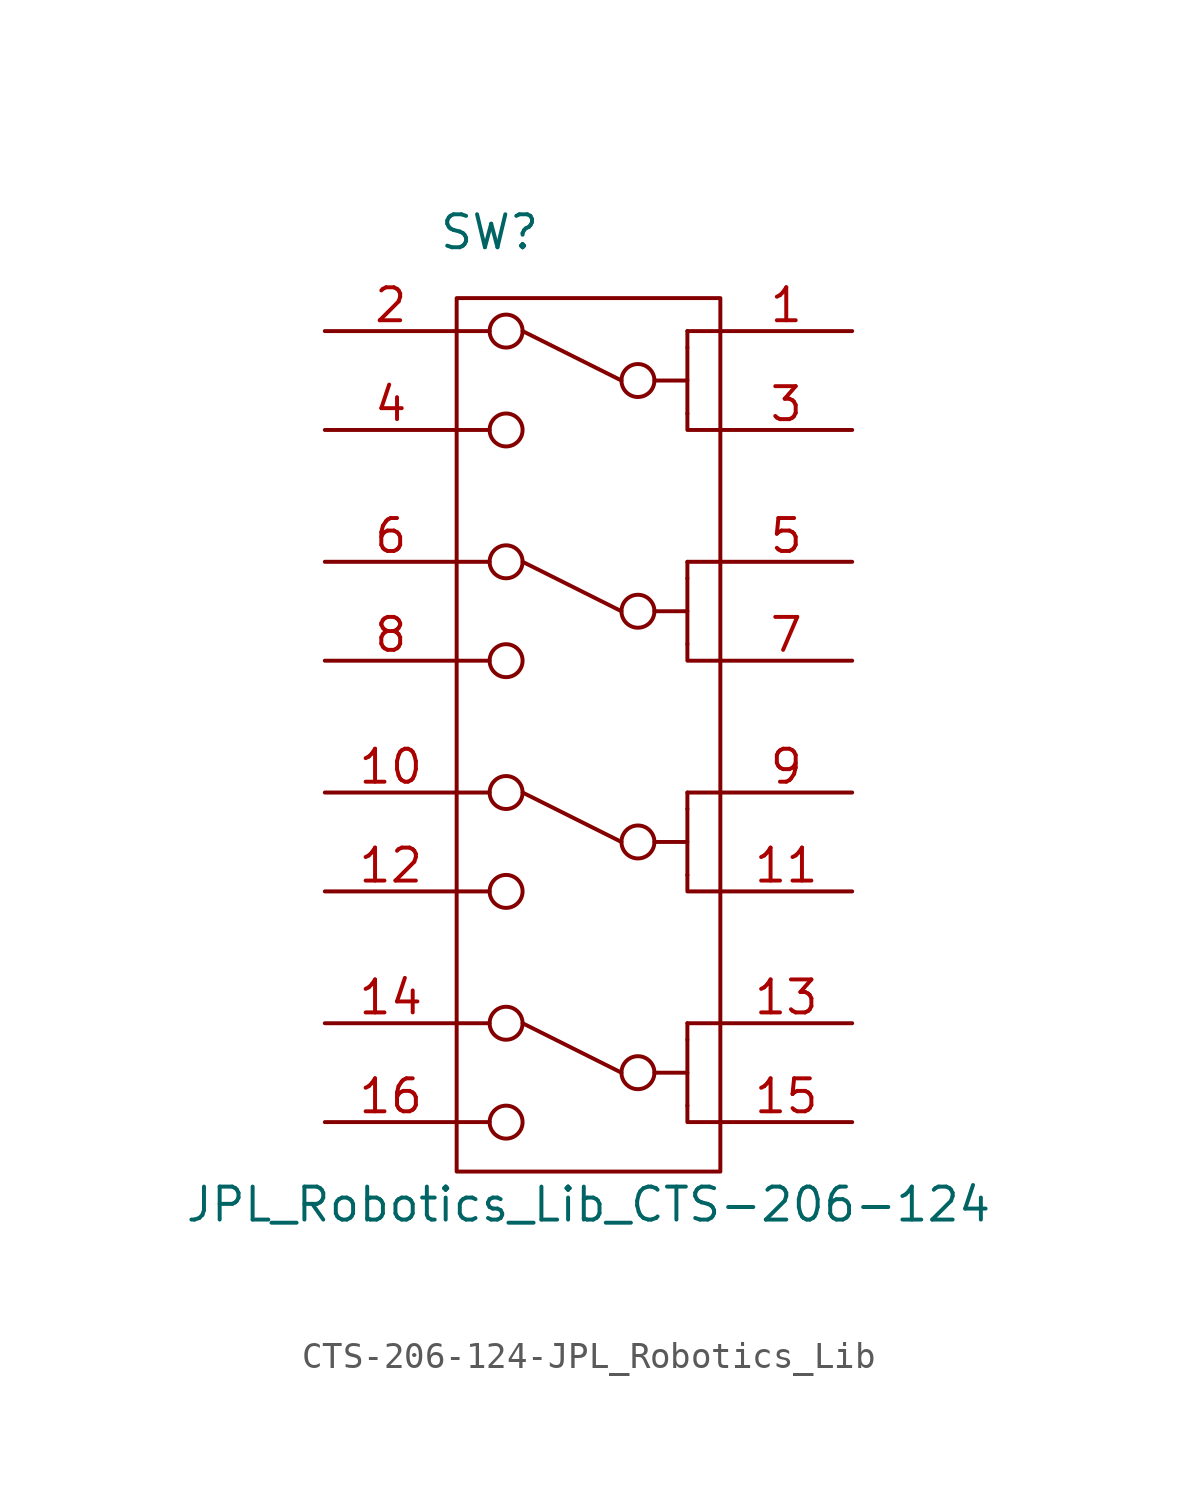
<source format=kicad_sym>
(kicad_symbol_lib
  (version 20231120)
  (generator "kicad_symbol_editor")
  (generator_version "8.0")
  (symbol "CTS-206-124-JPL_Robotics_Lib"
    (pin_names
      (offset 1.016) hide)
    (property "Reference" "SW"
      (at 1.27 39.37 0)
      (effects (font (size 1.27 1.27))))
    (property "Value" "JPL_Robotics_Lib_CTS-206-124"
      (at 5.08 1.905 0)
      (effects (font (size 1.27 1.27))))
    (symbol "CTS-206-124-JPL_Robotics_Lib_0_1"
      (polyline (pts (xy 1.27 31.75) (xy 0 31.75)) (stroke (width 0) (type solid)) (fill (type none)))
      (polyline (pts (xy 1.27 35.56) (xy 0 35.56)) (stroke (width 0) (type solid)) (fill (type none)))
      (polyline (pts (xy 6.35 33.655) (xy 2.54 35.56)) (stroke (width 0) (type solid)) (fill (type none)))
      (polyline (pts (xy 7.62 33.655) (xy 8.89 33.655)) (stroke (width 0) (type solid)) (fill (type none)))
      (polyline (pts (xy 8.89 32.385) (xy 8.89 31.75) (xy 10.16 31.75)) (stroke (width 0) (type solid)) (fill (type none)))
      (polyline (pts (xy 8.89 34.925) (xy 8.89 33.655) (xy 8.89 32.385)) (stroke (width 0) (type solid)) (fill (type none)))
      (polyline (pts (xy 8.89 34.925) (xy 8.89 35.56) (xy 8.89 34.925)) (stroke (width 0) (type solid)) (fill (type none)))
      (polyline (pts (xy 8.89 35.56) (xy 10.16 35.56) (xy 8.89 35.56)) (stroke (width 0) (type solid)) (fill (type none)))
      (rectangle (start 0 3.175) (end 10.16 36.83) (stroke (width 0) (type solid)) (fill (type none)))
      (circle (center 6.985 33.655) (radius 0.635) (stroke (width 0) (type solid)) (fill (type none))))
    (symbol "CTS-206-124-JPL_Robotics_Lib_1_1"
      (polyline (pts (xy 1.27 5.08) (xy 0 5.08)) (stroke (width 0) (type solid)) (fill (type none)))
      (polyline (pts (xy 1.27 8.89) (xy 0 8.89)) (stroke (width 0) (type solid)) (fill (type none)))
      (polyline (pts (xy 1.27 13.97) (xy 0 13.97)) (stroke (width 0) (type solid)) (fill (type none)))
      (polyline (pts (xy 1.27 17.78) (xy 0 17.78)) (stroke (width 0) (type solid)) (fill (type none)))
      (polyline (pts (xy 1.27 22.86) (xy 0 22.86)) (stroke (width 0) (type solid)) (fill (type none)))
      (polyline (pts (xy 1.27 26.67) (xy 0 26.67)) (stroke (width 0) (type solid)) (fill (type none)))
      (polyline (pts (xy 6.35 6.985) (xy 2.54 8.89)) (stroke (width 0) (type solid)) (fill (type none)))
      (polyline (pts (xy 6.35 15.875) (xy 2.54 17.78)) (stroke (width 0) (type solid)) (fill (type none)))
      (polyline (pts (xy 6.35 24.765) (xy 2.54 26.67)) (stroke (width 0) (type solid)) (fill (type none)))
      (polyline (pts (xy 7.62 6.985) (xy 8.89 6.985)) (stroke (width 0) (type solid)) (fill (type none)))
      (polyline (pts (xy 7.62 15.875) (xy 8.89 15.875)) (stroke (width 0) (type solid)) (fill (type none)))
      (polyline (pts (xy 7.62 24.765) (xy 8.89 24.765)) (stroke (width 0) (type solid)) (fill (type none)))
      (polyline (pts (xy 8.89 5.715) (xy 8.89 5.08) (xy 10.16 5.08)) (stroke (width 0) (type solid)) (fill (type none)))
      (polyline (pts (xy 8.89 8.255) (xy 8.89 6.985) (xy 8.89 5.715)) (stroke (width 0) (type solid)) (fill (type none)))
      (polyline (pts (xy 8.89 8.255) (xy 8.89 8.89) (xy 8.89 8.255)) (stroke (width 0) (type solid)) (fill (type none)))
      (polyline (pts (xy 8.89 8.89) (xy 10.16 8.89) (xy 8.89 8.89)) (stroke (width 0) (type solid)) (fill (type none)))
      (polyline (pts (xy 8.89 14.605) (xy 8.89 13.97) (xy 10.16 13.97)) (stroke (width 0) (type solid)) (fill (type none)))
      (polyline (pts (xy 8.89 17.145) (xy 8.89 15.875) (xy 8.89 14.605)) (stroke (width 0) (type solid)) (fill (type none)))
      (polyline (pts (xy 8.89 17.145) (xy 8.89 17.78) (xy 8.89 17.145)) (stroke (width 0) (type solid)) (fill (type none)))
      (polyline (pts (xy 8.89 17.78) (xy 10.16 17.78) (xy 8.89 17.78)) (stroke (width 0) (type solid)) (fill (type none)))
      (polyline (pts (xy 8.89 23.495) (xy 8.89 22.86) (xy 10.16 22.86)) (stroke (width 0) (type solid)) (fill (type none)))
      (polyline (pts (xy 8.89 26.035) (xy 8.89 24.765) (xy 8.89 23.495)) (stroke (width 0) (type solid)) (fill (type none)))
      (polyline (pts (xy 8.89 26.035) (xy 8.89 26.67) (xy 8.89 26.035)) (stroke (width 0) (type solid)) (fill (type none)))
      (polyline (pts (xy 8.89 26.67) (xy 10.16 26.67) (xy 8.89 26.67)) (stroke (width 0) (type solid)) (fill (type none)))
      (circle (center 1.905 5.08) (radius 0.635) (stroke (width 0) (type solid)) (fill (type none)))
      (circle (center 1.905 8.89) (radius 0.635) (stroke (width 0) (type solid)) (fill (type none)))
      (circle (center 1.905 13.97) (radius 0.635) (stroke (width 0) (type solid)) (fill (type none)))
      (circle (center 1.905 17.78) (radius 0.635) (stroke (width 0) (type solid)) (fill (type none)))
      (circle (center 1.905 22.86) (radius 0.635) (stroke (width 0) (type solid)) (fill (type none)))
      (circle (center 1.905 26.67) (radius 0.635) (stroke (width 0) (type solid)) (fill (type none)))
      (circle (center 1.905 31.75) (radius 0.635) (stroke (width 0) (type solid)) (fill (type none)))
      (circle (center 1.905 35.56) (radius 0.635) (stroke (width 0) (type solid)) (fill (type none)))
      (circle (center 6.985 6.985) (radius 0.635) (stroke (width 0) (type solid)) (fill (type none)))
      (circle (center 6.985 15.875) (radius 0.635) (stroke (width 0) (type solid)) (fill (type none)))
      (circle (center 6.985 24.765) (radius 0.635) (stroke (width 0) (type solid)) (fill (type none)))
      (pin passive line (at 15.24 35.56 180) (length 5.08) (name "in1_1" (effects (font (size 1.27 1.27)))) (number "1" (effects (font (size 1.27 1.27)))))
      (pin passive line (at -5.08 17.78 0) (length 5.08) (name "out3_1" (effects (font (size 1.27 1.27)))) (number "10" (effects (font (size 1.27 1.27)))))
      (pin passive line (at 15.24 13.97 180) (length 5.08) (name "in3_2" (effects (font (size 1.27 1.27)))) (number "11" (effects (font (size 1.27 1.27)))))
      (pin passive line (at -5.08 13.97 0) (length 5.08) (name "out3_2" (effects (font (size 1.27 1.27)))) (number "12" (effects (font (size 1.27 1.27)))))
      (pin passive line (at 15.24 8.89 180) (length 5.08) (name "in4_1" (effects (font (size 1.27 1.27)))) (number "13" (effects (font (size 1.27 1.27)))))
      (pin passive line (at -5.08 8.89 0) (length 5.08) (name "out4_1" (effects (font (size 1.27 1.27)))) (number "14" (effects (font (size 1.27 1.27)))))
      (pin passive line (at 15.24 5.08 180) (length 5.08) (name "in4_2" (effects (font (size 1.27 1.27)))) (number "15" (effects (font (size 1.27 1.27)))))
      (pin passive line (at -5.08 5.08 0) (length 5.08) (name "out4_2" (effects (font (size 1.27 1.27)))) (number "16" (effects (font (size 1.27 1.27)))))
      (pin passive line (at -5.08 35.56 0) (length 5.08) (name "out1_1" (effects (font (size 1.27 1.27)))) (number "2" (effects (font (size 1.27 1.27)))))
      (pin passive line (at 15.24 31.75 180) (length 5.08) (name "in1_2" (effects (font (size 1.27 1.27)))) (number "3" (effects (font (size 1.27 1.27)))))
      (pin passive line (at -5.08 31.75 0) (length 5.08) (name "out1_2" (effects (font (size 1.27 1.27)))) (number "4" (effects (font (size 1.27 1.27)))))
      (pin passive line (at 15.24 26.67 180) (length 5.08) (name "in2_1" (effects (font (size 1.27 1.27)))) (number "5" (effects (font (size 1.27 1.27)))))
      (pin passive line (at -5.08 26.67 0) (length 5.08) (name "out2_1" (effects (font (size 1.27 1.27)))) (number "6" (effects (font (size 1.27 1.27)))))
      (pin passive line (at 15.24 22.86 180) (length 5.08) (name "in2_2" (effects (font (size 1.27 1.27)))) (number "7" (effects (font (size 1.27 1.27)))))
      (pin passive line (at -5.08 22.86 0) (length 5.08) (name "out2_2" (effects (font (size 1.27 1.27)))) (number "8" (effects (font (size 1.27 1.27)))))
      (pin passive line (at 15.24 17.78 180) (length 5.08) (name "in3_1" (effects (font (size 1.27 1.27)))) (number "9" (effects (font (size 1.27 1.27))))))))
</source>
